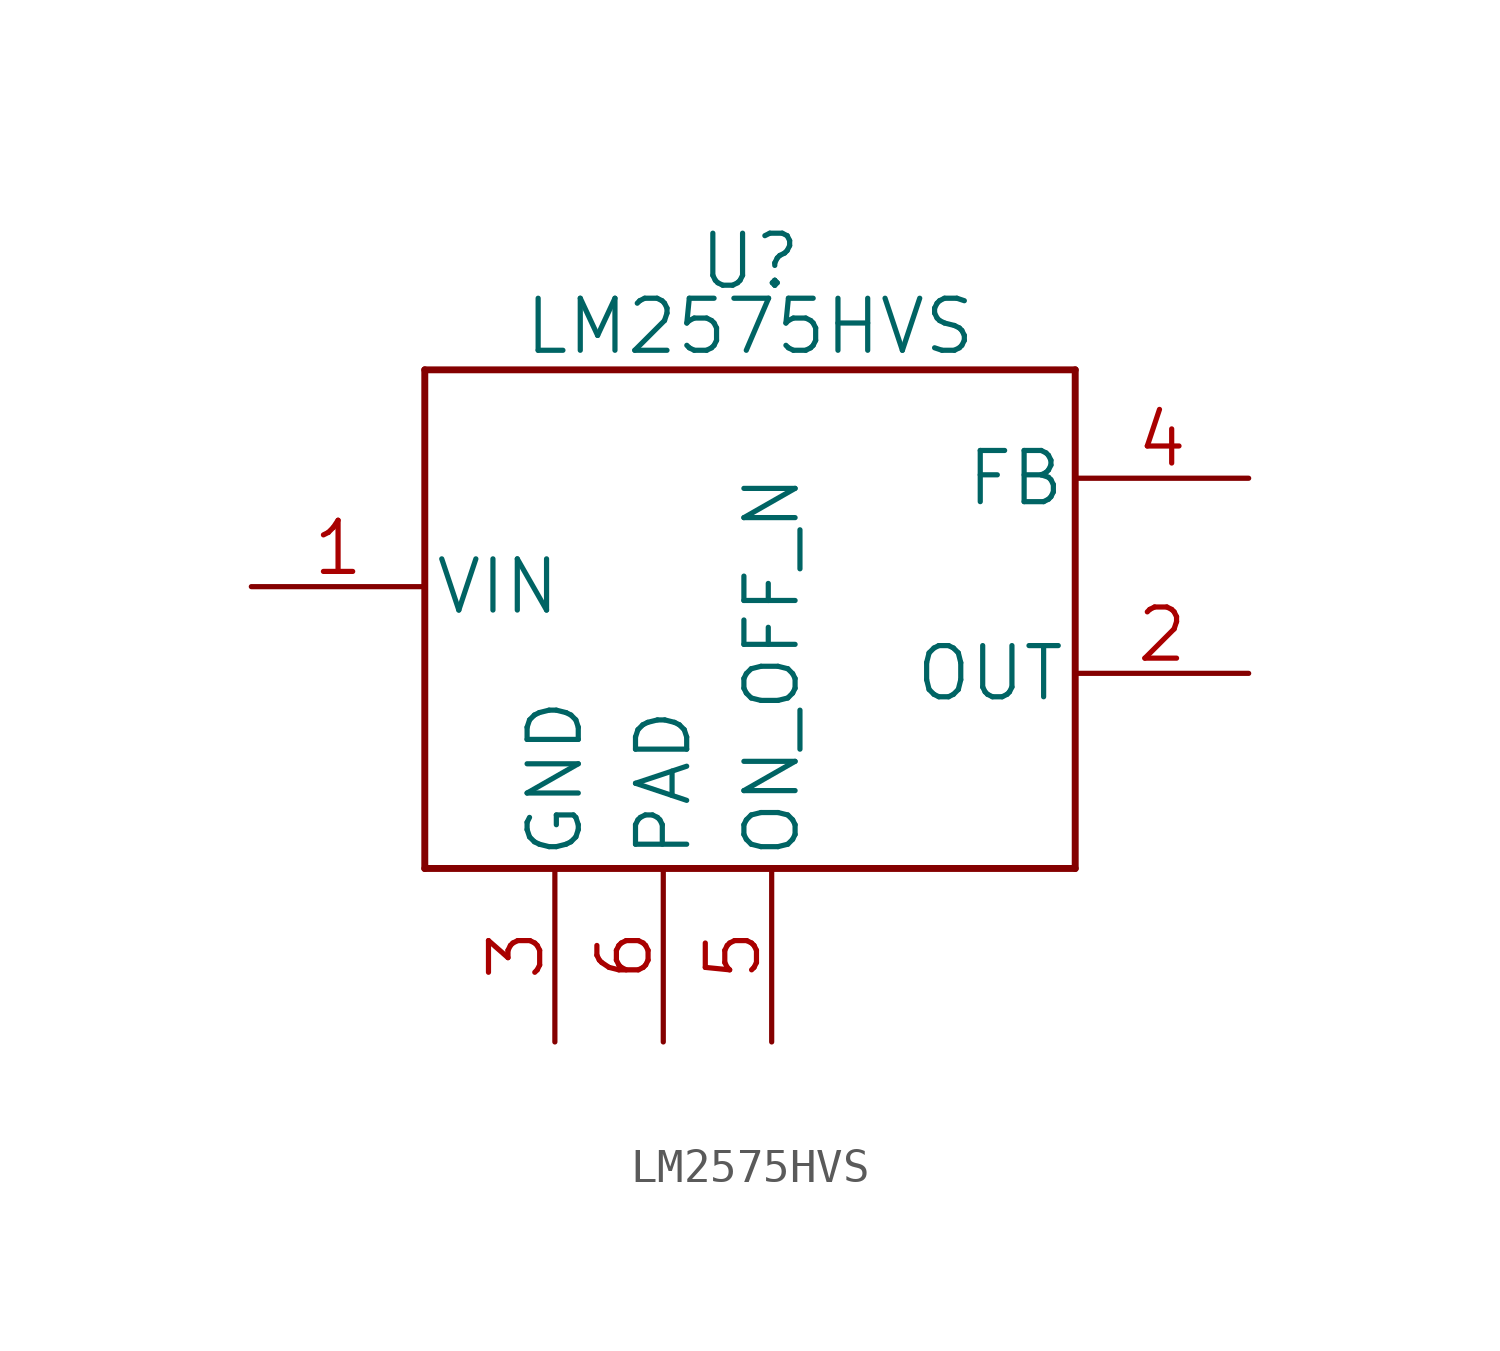
<source format=kicad_sym>
(kicad_symbol_lib
  (version 20211014)
  (generator kicad_symbol_editor)
  (symbol "LM2575HVS"
    (pin_names
      (offset 0.254))
    (property "Reference" "U"
      (at 0 10.795 0)
      (effects (font (size 1.524 1.524))))
    (property "Value" "LM2575HVS"
      (at 0 8.89 0)
      (effects (font (size 1.524 1.524))))
    (property "Datasheet" ""
      (at 0 0 0)
      (effects (font (size 1.524 1.524))))
    (property "ki_locked" ""
      (at 0 0 0)
      (effects (font (size 1.27 1.27))))
    (symbol "LM2575HVS_1_1"
      (polyline (pts (xy -9.525 -6.985) (xy 9.525 -6.985)) (stroke (width 0.203) (type default) (color 0 0 0 0)) (fill (type none)))
      (polyline (pts (xy -9.525 7.62) (xy -9.525 -6.985)) (stroke (width 0.203) (type default) (color 0 0 0 0)) (fill (type none)))
      (polyline (pts (xy 9.525 -6.985) (xy 9.525 7.62)) (stroke (width 0.203) (type default) (color 0 0 0 0)) (fill (type none)))
      (polyline (pts (xy 9.525 7.62) (xy -9.525 7.62)) (stroke (width 0.203) (type default) (color 0 0 0 0)) (fill (type none)))
      (pin power_in line (at -14.605 1.27 0) (length 5.08) (name "VIN" (effects (font (size 1.499 1.499)))) (number "1" (effects (font (size 1.499 1.499)))))
      (pin output line (at 14.605 -1.27 180) (length 5.08) (name "OUT" (effects (font (size 1.499 1.499)))) (number "2" (effects (font (size 1.499 1.499)))))
      (pin power_in line (at -5.715 -12.065 90) (length 5.08) (name "GND" (effects (font (size 1.499 1.499)))) (number "3" (effects (font (size 1.499 1.499)))))
      (pin input line (at 14.605 4.445 180) (length 5.08) (name "FB" (effects (font (size 1.499 1.499)))) (number "4" (effects (font (size 1.499 1.499)))))
      (pin input line (at 0.635 -12.065 90) (length 5.08) (name "ON_OFF_N" (effects (font (size 1.499 1.499)))) (number "5" (effects (font (size 1.499 1.499)))))
      (pin unspecified line (at -2.54 -12.065 90) (length 5.08) (name "PAD" (effects (font (size 1.499 1.499)))) (number "6" (effects (font (size 1.499 1.499))))))))
</source>
